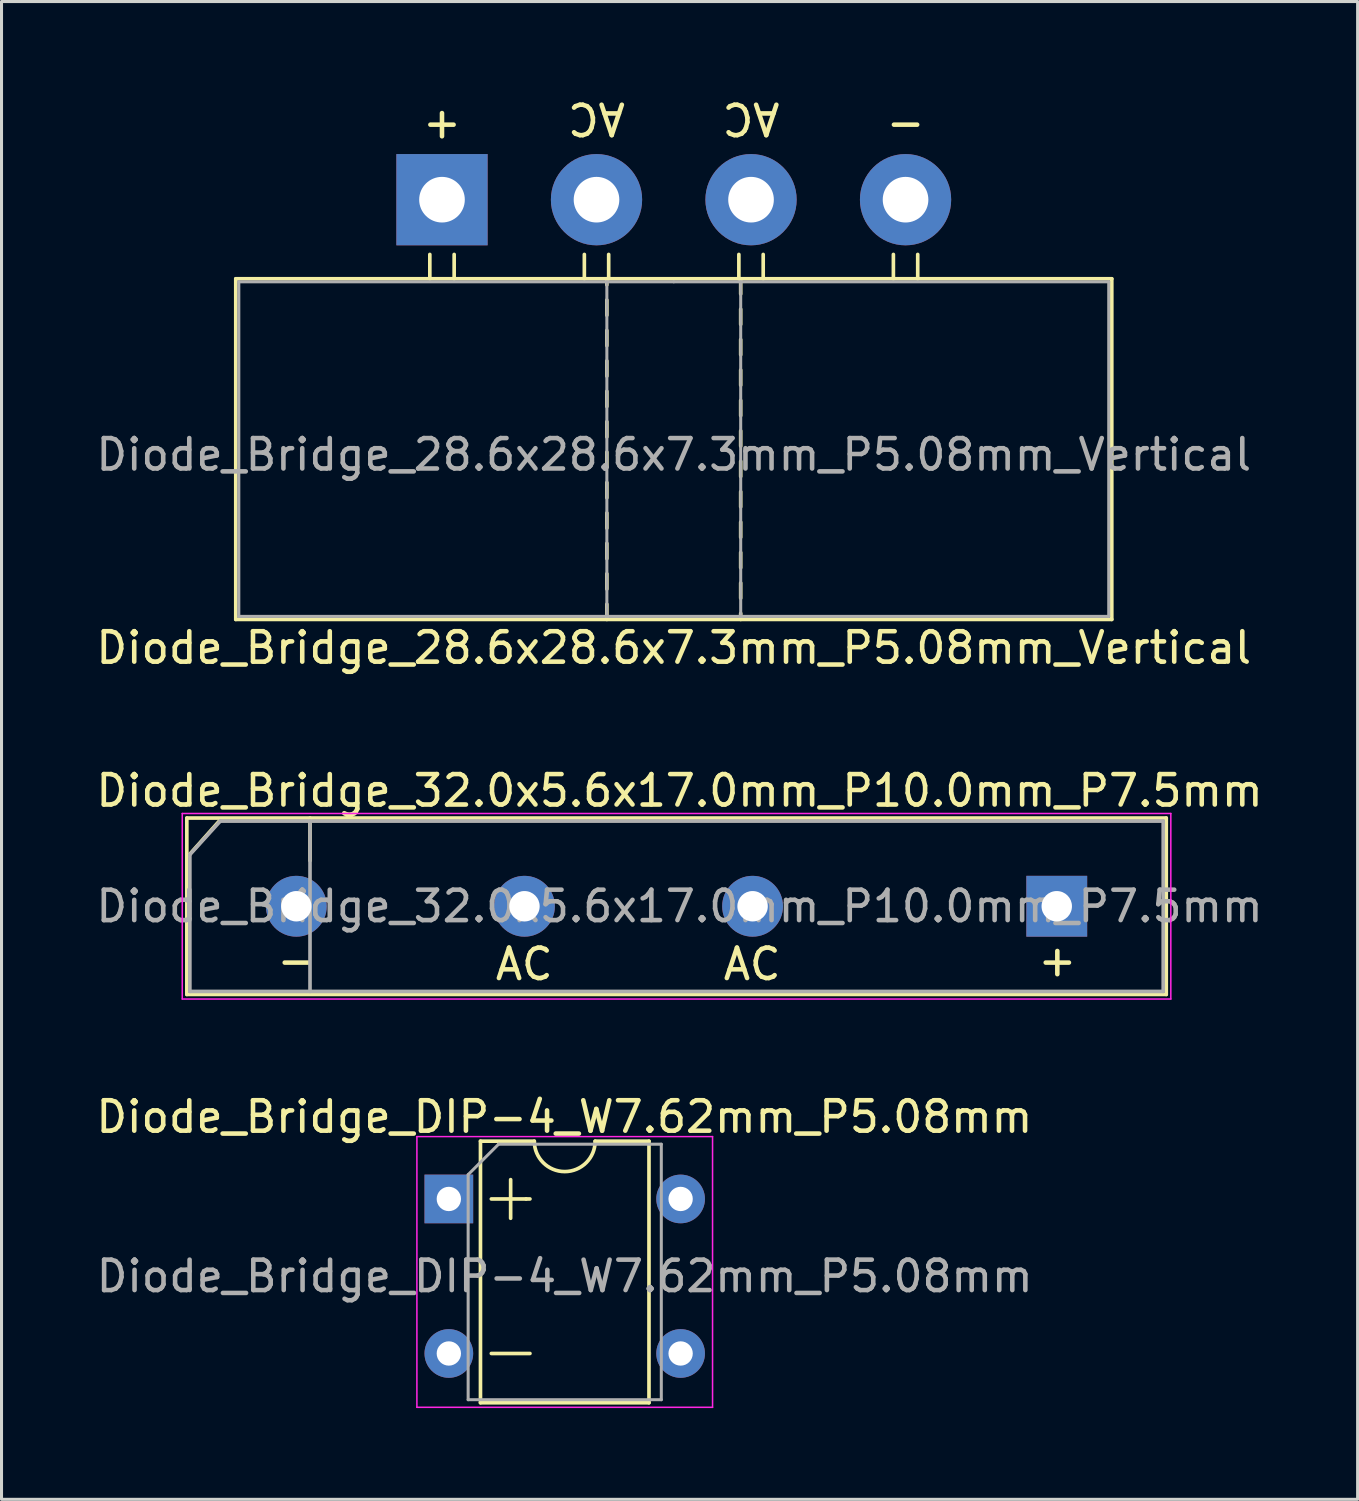
<source format=kicad_pcb>
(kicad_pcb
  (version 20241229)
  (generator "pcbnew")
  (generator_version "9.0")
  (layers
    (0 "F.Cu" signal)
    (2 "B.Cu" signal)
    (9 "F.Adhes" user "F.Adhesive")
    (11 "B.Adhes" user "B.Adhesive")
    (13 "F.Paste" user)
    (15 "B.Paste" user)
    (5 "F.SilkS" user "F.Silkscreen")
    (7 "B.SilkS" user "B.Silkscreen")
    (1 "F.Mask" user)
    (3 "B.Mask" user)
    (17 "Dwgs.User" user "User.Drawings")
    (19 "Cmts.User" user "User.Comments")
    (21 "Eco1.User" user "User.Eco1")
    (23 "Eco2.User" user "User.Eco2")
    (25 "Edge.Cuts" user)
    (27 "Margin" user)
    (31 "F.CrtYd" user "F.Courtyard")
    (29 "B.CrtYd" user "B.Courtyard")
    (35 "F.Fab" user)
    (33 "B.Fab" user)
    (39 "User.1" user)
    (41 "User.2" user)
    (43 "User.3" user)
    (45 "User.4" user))
  (footprint "Diode_Bridge_28.6x28.6x7.3mm_P5.08mm_Vertical"
    (layer "F.Cu")
    (at 11.481 3.515)
    (property "Reference" "Diode_Bridge_28.6x28.6x7.3mm_P5.08mm_Vertical" (at 7.62 14.732 0) (unlocked yes) (layer "F.SilkS") (effects (font (size 1 1) (thickness 0.15))))
    (fp_line (start -6.78 2.6) (end -6.78 13.8) (stroke (width 0.12) (type solid)) (layer "F.SilkS"))
    (fp_line (start -6.78 13.8) (end 22.02 13.8) (stroke (width 0.12) (type solid)) (layer "F.SilkS"))
    (fp_line (start -0.4 2.6) (end -0.4 1.8) (stroke (width 0.12) (type solid)) (layer "F.SilkS"))
    (fp_line (start 0.4 2.6) (end 0.4 1.8) (stroke (width 0.12) (type solid)) (layer "F.SilkS"))
    (fp_line (start 4.68 2.6) (end 4.68 1.8) (stroke (width 0.12) (type solid)) (layer "F.SilkS"))
    (fp_line (start 5.42 2.8) (end 5.42 2.6) (stroke (width 0.12) (type solid)) (layer "F.SilkS"))
    (fp_line (start 5.42 3.8) (end 5.42 3.3) (stroke (width 0.12) (type solid)) (layer "F.SilkS"))
    (fp_line (start 5.42 4.8) (end 5.42 4.3) (stroke (width 0.12) (type solid)) (layer "F.SilkS"))
    (fp_line (start 5.42 5.8) (end 5.42 5.3) (stroke (width 0.12) (type solid)) (layer "F.SilkS"))
    (fp_line (start 5.42 6.8) (end 5.42 6.3) (stroke (width 0.12) (type solid)) (layer "F.SilkS"))
    (fp_line (start 5.42 7.8) (end 5.42 7.3) (stroke (width 0.12) (type solid)) (layer "F.SilkS"))
    (fp_line (start 5.42 8.8) (end 5.42 8.3) (stroke (width 0.12) (type solid)) (layer "F.SilkS"))
    (fp_line (start 5.42 9.8) (end 5.42 9.3) (stroke (width 0.12) (type solid)) (layer "F.SilkS"))
    (fp_line (start 5.42 10.8) (end 5.42 10.3) (stroke (width 0.12) (type solid)) (layer "F.SilkS"))
    (fp_line (start 5.42 11.8) (end 5.42 11.3) (stroke (width 0.12) (type solid)) (layer "F.SilkS"))
    (fp_line (start 5.42 12.8) (end 5.42 12.3) (stroke (width 0.12) (type solid)) (layer "F.SilkS"))
    (fp_line (start 5.42 13.8) (end 5.42 13.3) (stroke (width 0.12) (type solid)) (layer "F.SilkS"))
    (fp_line (start 5.48 2.6) (end 5.48 1.8) (stroke (width 0.12) (type solid)) (layer "F.SilkS"))
    (fp_line (start 9.76 2.6) (end 9.76 1.8) (stroke (width 0.12) (type solid)) (layer "F.SilkS"))
    (fp_line (start 9.82 2.6) (end 9.82 3.1) (stroke (width 0.12) (type solid)) (layer "F.SilkS"))
    (fp_line (start 9.82 3.6) (end 9.82 4.1) (stroke (width 0.12) (type solid)) (layer "F.SilkS"))
    (fp_line (start 9.82 4.6) (end 9.82 5.1) (stroke (width 0.12) (type solid)) (layer "F.SilkS"))
    (fp_line (start 9.82 5.6) (end 9.82 6.1) (stroke (width 0.12) (type solid)) (layer "F.SilkS"))
    (fp_line (start 9.82 6.6) (end 9.82 7.1) (stroke (width 0.12) (type solid)) (layer "F.SilkS"))
    (fp_line (start 9.82 7.6) (end 9.82 8.1) (stroke (width 0.12) (type solid)) (layer "F.SilkS"))
    (fp_line (start 9.82 8.6) (end 9.82 9.1) (stroke (width 0.12) (type solid)) (layer "F.SilkS"))
    (fp_line (start 9.82 9.6) (end 9.82 10.1) (stroke (width 0.12) (type solid)) (layer "F.SilkS"))
    (fp_line (start 9.82 10.6) (end 9.82 11.1) (stroke (width 0.12) (type solid)) (layer "F.SilkS"))
    (fp_line (start 9.82 11.6) (end 9.82 12.1) (stroke (width 0.12) (type solid)) (layer "F.SilkS"))
    (fp_line (start 9.82 12.6) (end 9.82 13.1) (stroke (width 0.12) (type solid)) (layer "F.SilkS"))
    (fp_line (start 9.82 13.6) (end 9.82 13.8) (stroke (width 0.12) (type solid)) (layer "F.SilkS"))
    (fp_line (start 10.56 2.6) (end 10.56 1.8) (stroke (width 0.12) (type solid)) (layer "F.SilkS"))
    (fp_line (start 14.84 2.6) (end 14.84 1.8) (stroke (width 0.12) (type solid)) (layer "F.SilkS"))
    (fp_line (start 15.64 2.6) (end 15.64 1.8) (stroke (width 0.12) (type solid)) (layer "F.SilkS"))
    (fp_line (start 22.02 2.6) (end -6.78 2.6) (stroke (width 0.12) (type solid)) (layer "F.SilkS"))
    (fp_line (start 22.02 13.8) (end 22.02 2.6) (stroke (width 0.12) (type solid)) (layer "F.SilkS"))
    (fp_line (start -6.68 13.7) (end -6.68 2.7) (stroke (width 0.1) (type solid)) (layer "F.Fab"))
    (fp_line (start 5.42 2.7) (end 5.42 13.7) (stroke (width 0.1) (type solid)) (layer "F.Fab"))
    (fp_line (start 7.62 2.7) (end -6.68 2.7) (stroke (width 0.1) (type solid)) (layer "F.Fab"))
    (fp_line (start 7.62 2.7) (end 21.92 2.7) (stroke (width 0.1) (type solid)) (layer "F.Fab"))
    (fp_line (start 9.82 2.7) (end 9.82 13.7) (stroke (width 0.1) (type solid)) (layer "F.Fab"))
    (fp_line (start 21.92 2.7) (end 21.92 13.7) (stroke (width 0.1) (type solid)) (layer "F.Fab"))
    (fp_line (start 21.92 13.7) (end -6.68 13.7) (stroke (width 0.1) (type solid)) (layer "F.Fab"))
    (fp_text user "+" (at 0 -2.54 180) (layer "F.SilkS") (effects (font (size 1 1) (thickness 0.15))))
    (fp_text user "AC" (at 5.08 -2.667 180) (unlocked yes) (layer "F.SilkS") (effects (font (size 1 1) (thickness 0.15))))
    (fp_text user "-" (at 15.24 -2.54 180) (layer "F.SilkS") (effects (font (size 1 1) (thickness 0.15))))
    (fp_text user "AC" (at 10.16 -2.667 180) (unlocked yes) (layer "F.SilkS") (effects (font (size 1 1) (thickness 0.15))))
    (fp_text user "${REFERENCE}" (at 7.62 8.382 0) (layer "F.Fab") (effects (font (size 1 1) (thickness 0.15))))
    (pad "1" thru_hole rect (at 0 0) (size 3 3) (drill 1.5) (layers "*.Cu" "*.Mask"))
    (pad "2" thru_hole circle (at 5.08 0) (size 3 3) (drill 1.5) (layers "*.Cu" "*.Mask"))
    (pad "3" thru_hole circle (at 10.16 0) (size 3 3) (drill 1.5) (layers "*.Cu" "*.Mask"))
    (pad "4" thru_hole circle (at 15.24 0) (size 3 3) (drill 1.5) (layers "*.Cu" "*.Mask")))
  (footprint "Diode_Bridge_DIP-4_W7.62mm_P5.08mm"
    (layer "F.Cu")
    (at 11.706 36.367)
    (property "Reference" "Diode_Bridge_DIP-4_W7.62mm_P5.08mm" (at 3.8 -2.7 0) (layer "F.SilkS") (effects (font (size 1 1) (thickness 0.15))))
    (attr through_hole)
    (fp_line (start 1.04 -1.9) (end 1.04 6.7) (stroke (width 0.12) (type solid)) (layer "F.SilkS"))
    (fp_line (start 1.04 6.7) (end 6.58 6.7) (stroke (width 0.12) (type solid)) (layer "F.SilkS"))
    (fp_line (start 1.397 0) (end 2.54 0) (stroke (width 0.12) (type solid)) (layer "F.SilkS"))
    (fp_line (start 2.032 0) (end 2.032 -0.635) (stroke (width 0.12) (type solid)) (layer "F.SilkS"))
    (fp_line (start 2.032 0) (end 2.032 0.635) (stroke (width 0.12) (type solid)) (layer "F.SilkS"))
    (fp_line (start 2.54 0) (end 2.667 0) (stroke (width 0.12) (type solid)) (layer "F.SilkS"))
    (fp_line (start 2.667 5.08) (end 1.397 5.08) (stroke (width 0.12) (type solid)) (layer "F.SilkS"))
    (fp_line (start 2.81 -1.9) (end 1.04 -1.9) (stroke (width 0.12) (type solid)) (layer "F.SilkS"))
    (fp_line (start 6.58 -1.9) (end 4.81 -1.9) (stroke (width 0.12) (type solid)) (layer "F.SilkS"))
    (fp_line (start 6.58 6.7) (end 6.58 -1.9) (stroke (width 0.12) (type solid)) (layer "F.SilkS"))
    (fp_arc (start 4.81 -1.9) (mid 3.81 -0.9) (end 2.81 -1.9) (stroke (width 0.12) (type solid)) (layer "F.SilkS"))
    (fp_line (start -1.05 -2.05) (end -1.05 6.85) (stroke (width 0.05) (type solid)) (layer "F.CrtYd"))
    (fp_line (start -1.05 -2.05) (end 8.67 -2.05) (stroke (width 0.05) (type solid)) (layer "F.CrtYd"))
    (fp_line (start 8.67 6.85) (end -1.05 6.85) (stroke (width 0.05) (type solid)) (layer "F.CrtYd"))
    (fp_line (start 8.67 6.85) (end 8.67 -2.05) (stroke (width 0.05) (type solid)) (layer "F.CrtYd"))
    (fp_line (start 0.635 -0.8) (end 1.635 -1.8) (stroke (width 0.1) (type solid)) (layer "F.Fab"))
    (fp_line (start 0.635 6.6) (end 0.635 -0.8) (stroke (width 0.1) (type solid)) (layer "F.Fab"))
    (fp_line (start 1.635 -1.8) (end 6.985 -1.8) (stroke (width 0.1) (type solid)) (layer "F.Fab"))
    (fp_line (start 6.985 -1.8) (end 6.985 6.6) (stroke (width 0.1) (type solid)) (layer "F.Fab"))
    (fp_line (start 6.985 6.6) (end 0.635 6.6) (stroke (width 0.1) (type solid)) (layer "F.Fab"))
    (fp_text user "${REFERENCE}" (at 3.81 2.54 0) (layer "F.Fab") (effects (font (size 1 1) (thickness 0.15))))
    (pad "1" thru_hole rect (at 0 0) (size 1.6 1.6) (drill 0.8) (layers "*.Cu" "*.Mask"))
    (pad "2" thru_hole oval (at 0 5.08) (size 1.6 1.6) (drill 0.8) (layers "*.Cu" "*.Mask"))
    (pad "3" thru_hole oval (at 7.62 5.08) (size 1.6 1.6) (drill 0.8) (layers "*.Cu" "*.Mask"))
    (pad "4" thru_hole oval (at 7.62 0) (size 1.6 1.6) (drill 0.8) (layers "*.Cu" "*.Mask")))
  (footprint "Diode_Bridge_32.0x5.6x17.0mm_P10.0mm_P7.5mm"
    (layer "F.Cu")
    (at 31.692 26.744)
    (property "Reference" "Diode_Bridge_32.0x5.6x17.0mm_P10.0mm_P7.5mm" (at -12.4 -3.8 180) (layer "F.SilkS") (effects (font (size 1 1) (thickness 0.15))))
    (fp_line (start -28.6 -2.9) (end 3.6 -2.9) (stroke (width 0.12) (type solid)) (layer "F.SilkS"))
    (fp_line (start -28.6 2.9) (end -28.6 -2.9) (stroke (width 0.12) (type solid)) (layer "F.SilkS"))
    (fp_line (start -28.556 -1.651) (end -27.54 -2.794) (stroke (width 0.12) (type solid)) (layer "F.SilkS"))
    (fp_line (start -24.55 -2.9) (end -24.55 -1.5) (stroke (width 0.12) (type solid)) (layer "F.SilkS"))
    (fp_line (start 3.6 -2.9) (end 3.6 2.9) (stroke (width 0.12) (type solid)) (layer "F.SilkS"))
    (fp_line (start 3.6 2.9) (end -28.6 2.9) (stroke (width 0.12) (type solid)) (layer "F.SilkS"))
    (fp_line (start -28.75 -3.05) (end 3.75 -3.05) (stroke (width 0.05) (type solid)) (layer "F.CrtYd"))
    (fp_line (start -28.75 3.05) (end -28.75 -3.05) (stroke (width 0.05) (type solid)) (layer "F.CrtYd"))
    (fp_line (start 3.75 -3.05) (end 3.75 3.05) (stroke (width 0.05) (type solid)) (layer "F.CrtYd"))
    (fp_line (start 3.75 3.05) (end -28.75 3.05) (stroke (width 0.05) (type solid)) (layer "F.CrtYd"))
    (fp_line (start -28.5 -1.7) (end -28.5 2.8) (stroke (width 0.12) (type solid)) (layer "F.Fab"))
    (fp_line (start -28.5 2.8) (end 3.5 2.8) (stroke (width 0.12) (type solid)) (layer "F.Fab"))
    (fp_line (start -27.5 -2.8) (end -28.5 -1.7) (stroke (width 0.12) (type solid)) (layer "F.Fab"))
    (fp_line (start -24.55 -2.8) (end -24.55 2.8) (stroke (width 0.12) (type solid)) (layer "F.Fab"))
    (fp_line (start 3.5 -2.8) (end -27.5 -2.8) (stroke (width 0.12) (type solid)) (layer "F.Fab"))
    (fp_line (start 3.5 2.8) (end 3.5 -2.8) (stroke (width 0.12) (type solid)) (layer "F.Fab"))
    (fp_text user "AC" (at -10.014 1.905 0) (layer "F.SilkS") (effects (font (size 1 1) (thickness 0.15))))
    (fp_text user "-" (at -25 1.778 0) (layer "F.SilkS") (effects (font (size 1 1) (thickness 0.15))))
    (fp_text user "AC" (at -17.507 1.905 0) (layer "F.SilkS") (effects (font (size 1 1) (thickness 0.15))))
    (fp_text user "+" (at 0.019 1.778 0) (layer "F.SilkS") (effects (font (size 1 1) (thickness 0.15))))
    (fp_text user "${REFERENCE}" (at -12.4 0 180) (layer "F.Fab") (effects (font (size 1 1) (thickness 0.15))))
    (pad "1" thru_hole rect (at 0 0) (size 2 2) (drill 1) (layers "*.Cu" "*.Mask"))
    (pad "2" thru_hole circle (at -10 0) (size 2 2) (drill 1) (layers "*.Cu" "*.Mask"))
    (pad "3" thru_hole circle (at -17.5 0) (size 2 2) (drill 1) (layers "*.Cu" "*.Mask"))
    (pad "4" thru_hole circle (at -25 0) (size 2 2) (drill 1) (layers "*.Cu" "*.Mask")))
  (gr_rect
    (start -3 -3)
    (end 41.583 46.242)
    (stroke (width 0.1) (type default))
    (fill no)
    (layer "Edge.Cuts")))
</source>
